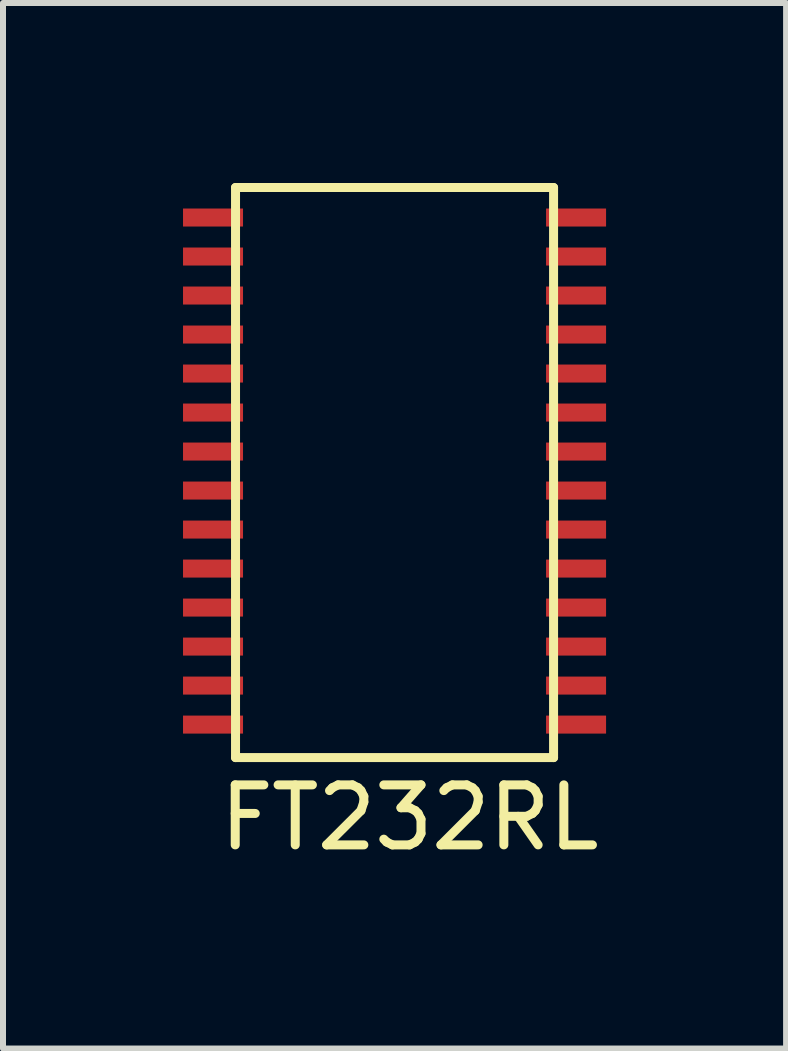
<source format=kicad_pcb>
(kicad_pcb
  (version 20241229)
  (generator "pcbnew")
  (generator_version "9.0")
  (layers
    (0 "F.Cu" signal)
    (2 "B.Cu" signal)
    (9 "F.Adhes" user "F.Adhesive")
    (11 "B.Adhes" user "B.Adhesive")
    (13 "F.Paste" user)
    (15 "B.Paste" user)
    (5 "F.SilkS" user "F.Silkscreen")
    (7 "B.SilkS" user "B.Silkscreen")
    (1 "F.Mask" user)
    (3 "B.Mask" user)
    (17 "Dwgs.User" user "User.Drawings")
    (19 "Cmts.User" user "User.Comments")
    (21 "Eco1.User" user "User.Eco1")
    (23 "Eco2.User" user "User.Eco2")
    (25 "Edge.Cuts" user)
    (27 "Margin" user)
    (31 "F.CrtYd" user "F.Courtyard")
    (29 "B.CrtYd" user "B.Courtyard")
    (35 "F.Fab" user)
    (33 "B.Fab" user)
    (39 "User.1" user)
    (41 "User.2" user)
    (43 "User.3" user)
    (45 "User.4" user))
  (footprint "FT232RL"
    (layer "F.Cu")
    (at 3.525 0.575)
    (property "Reference" "FT232RL" (at 0.25 10 0) (layer "F.SilkS") (effects (font (size 1 1) (thickness 0.15))))
    (attr through_hole)
    (fp_line (start -2.65 -0.5) (end 2.65 -0.5) (stroke (width 0.15) (type solid)) (layer "F.SilkS"))
    (fp_line (start -2.65 9) (end -2.65 -0.5) (stroke (width 0.15) (type solid)) (layer "F.SilkS"))
    (fp_line (start 2.65 -0.5) (end 2.65 9) (stroke (width 0.15) (type solid)) (layer "F.SilkS"))
    (fp_line (start 2.65 9) (end -2.65 9) (stroke (width 0.15) (type solid)) (layer "F.SilkS"))
    (pad "1" smd rect (at -3.025 0) (size 1 0.3) (layers "F.Cu" "F.Mask" "F.Paste"))
    (pad "2" smd rect (at -3.025 0.65) (size 1 0.3) (layers "F.Cu" "F.Mask" "F.Paste"))
    (pad "3" smd rect (at -3.025 1.3) (size 1 0.3) (layers "F.Cu" "F.Mask" "F.Paste"))
    (pad "4" smd rect (at -3.025 1.95) (size 1 0.3) (layers "F.Cu" "F.Mask" "F.Paste"))
    (pad "5" smd rect (at -3.025 2.6) (size 1 0.3) (layers "F.Cu" "F.Mask" "F.Paste"))
    (pad "6" smd rect (at -3.025 3.25) (size 1 0.3) (layers "F.Cu" "F.Mask" "F.Paste"))
    (pad "7" smd rect (at -3.025 3.9) (size 1 0.3) (layers "F.Cu" "F.Mask" "F.Paste"))
    (pad "8" smd rect (at -3.025 4.55) (size 1 0.3) (layers "F.Cu" "F.Mask" "F.Paste"))
    (pad "9" smd rect (at -3.025 5.2) (size 1 0.3) (layers "F.Cu" "F.Mask" "F.Paste"))
    (pad "10" smd rect (at -3.025 5.85) (size 1 0.3) (layers "F.Cu" "F.Mask" "F.Paste"))
    (pad "11" smd rect (at -3.025 6.5) (size 1 0.3) (layers "F.Cu" "F.Mask" "F.Paste"))
    (pad "12" smd rect (at -3.025 7.15) (size 1 0.3) (layers "F.Cu" "F.Mask" "F.Paste"))
    (pad "13" smd rect (at -3.025 7.8) (size 1 0.3) (layers "F.Cu" "F.Mask" "F.Paste"))
    (pad "14" smd rect (at -3.025 8.45) (size 1 0.3) (layers "F.Cu" "F.Mask" "F.Paste"))
    (pad "15" smd rect (at 3.025 0) (size 1 0.3) (layers "F.Cu" "F.Mask" "F.Paste"))
    (pad "16" smd rect (at 3.025 0.65) (size 1 0.3) (layers "F.Cu" "F.Mask" "F.Paste"))
    (pad "17" smd rect (at 3.025 1.3) (size 1 0.3) (layers "F.Cu" "F.Mask" "F.Paste"))
    (pad "18" smd rect (at 3.025 1.95) (size 1 0.3) (layers "F.Cu" "F.Mask" "F.Paste"))
    (pad "19" smd rect (at 3.025 2.6) (size 1 0.3) (layers "F.Cu" "F.Mask" "F.Paste"))
    (pad "20" smd rect (at 3.025 3.25) (size 1 0.3) (layers "F.Cu" "F.Mask" "F.Paste"))
    (pad "21" smd rect (at 3.025 3.9) (size 1 0.3) (layers "F.Cu" "F.Mask" "F.Paste"))
    (pad "22" smd rect (at 3.025 4.55) (size 1 0.3) (layers "F.Cu" "F.Mask" "F.Paste"))
    (pad "23" smd rect (at 3.025 5.2) (size 1 0.3) (layers "F.Cu" "F.Mask" "F.Paste"))
    (pad "24" smd rect (at 3.025 5.85) (size 1 0.3) (layers "F.Cu" "F.Mask" "F.Paste"))
    (pad "25" smd rect (at 3.025 6.5) (size 1 0.3) (layers "F.Cu" "F.Mask" "F.Paste"))
    (pad "26" smd rect (at 3.025 7.15) (size 1 0.3) (layers "F.Cu" "F.Mask" "F.Paste"))
    (pad "27" smd rect (at 3.025 7.8) (size 1 0.3) (layers "F.Cu" "F.Mask" "F.Paste"))
    (pad "28" smd rect (at 3.025 8.45) (size 1 0.3) (layers "F.Cu" "F.Mask" "F.Paste")))
  (gr_rect
    (start -3 -3)
    (end 10.05 14.423)
    (stroke (width 0.1) (type default))
    (fill no)
    (layer "Edge.Cuts")))
</source>
